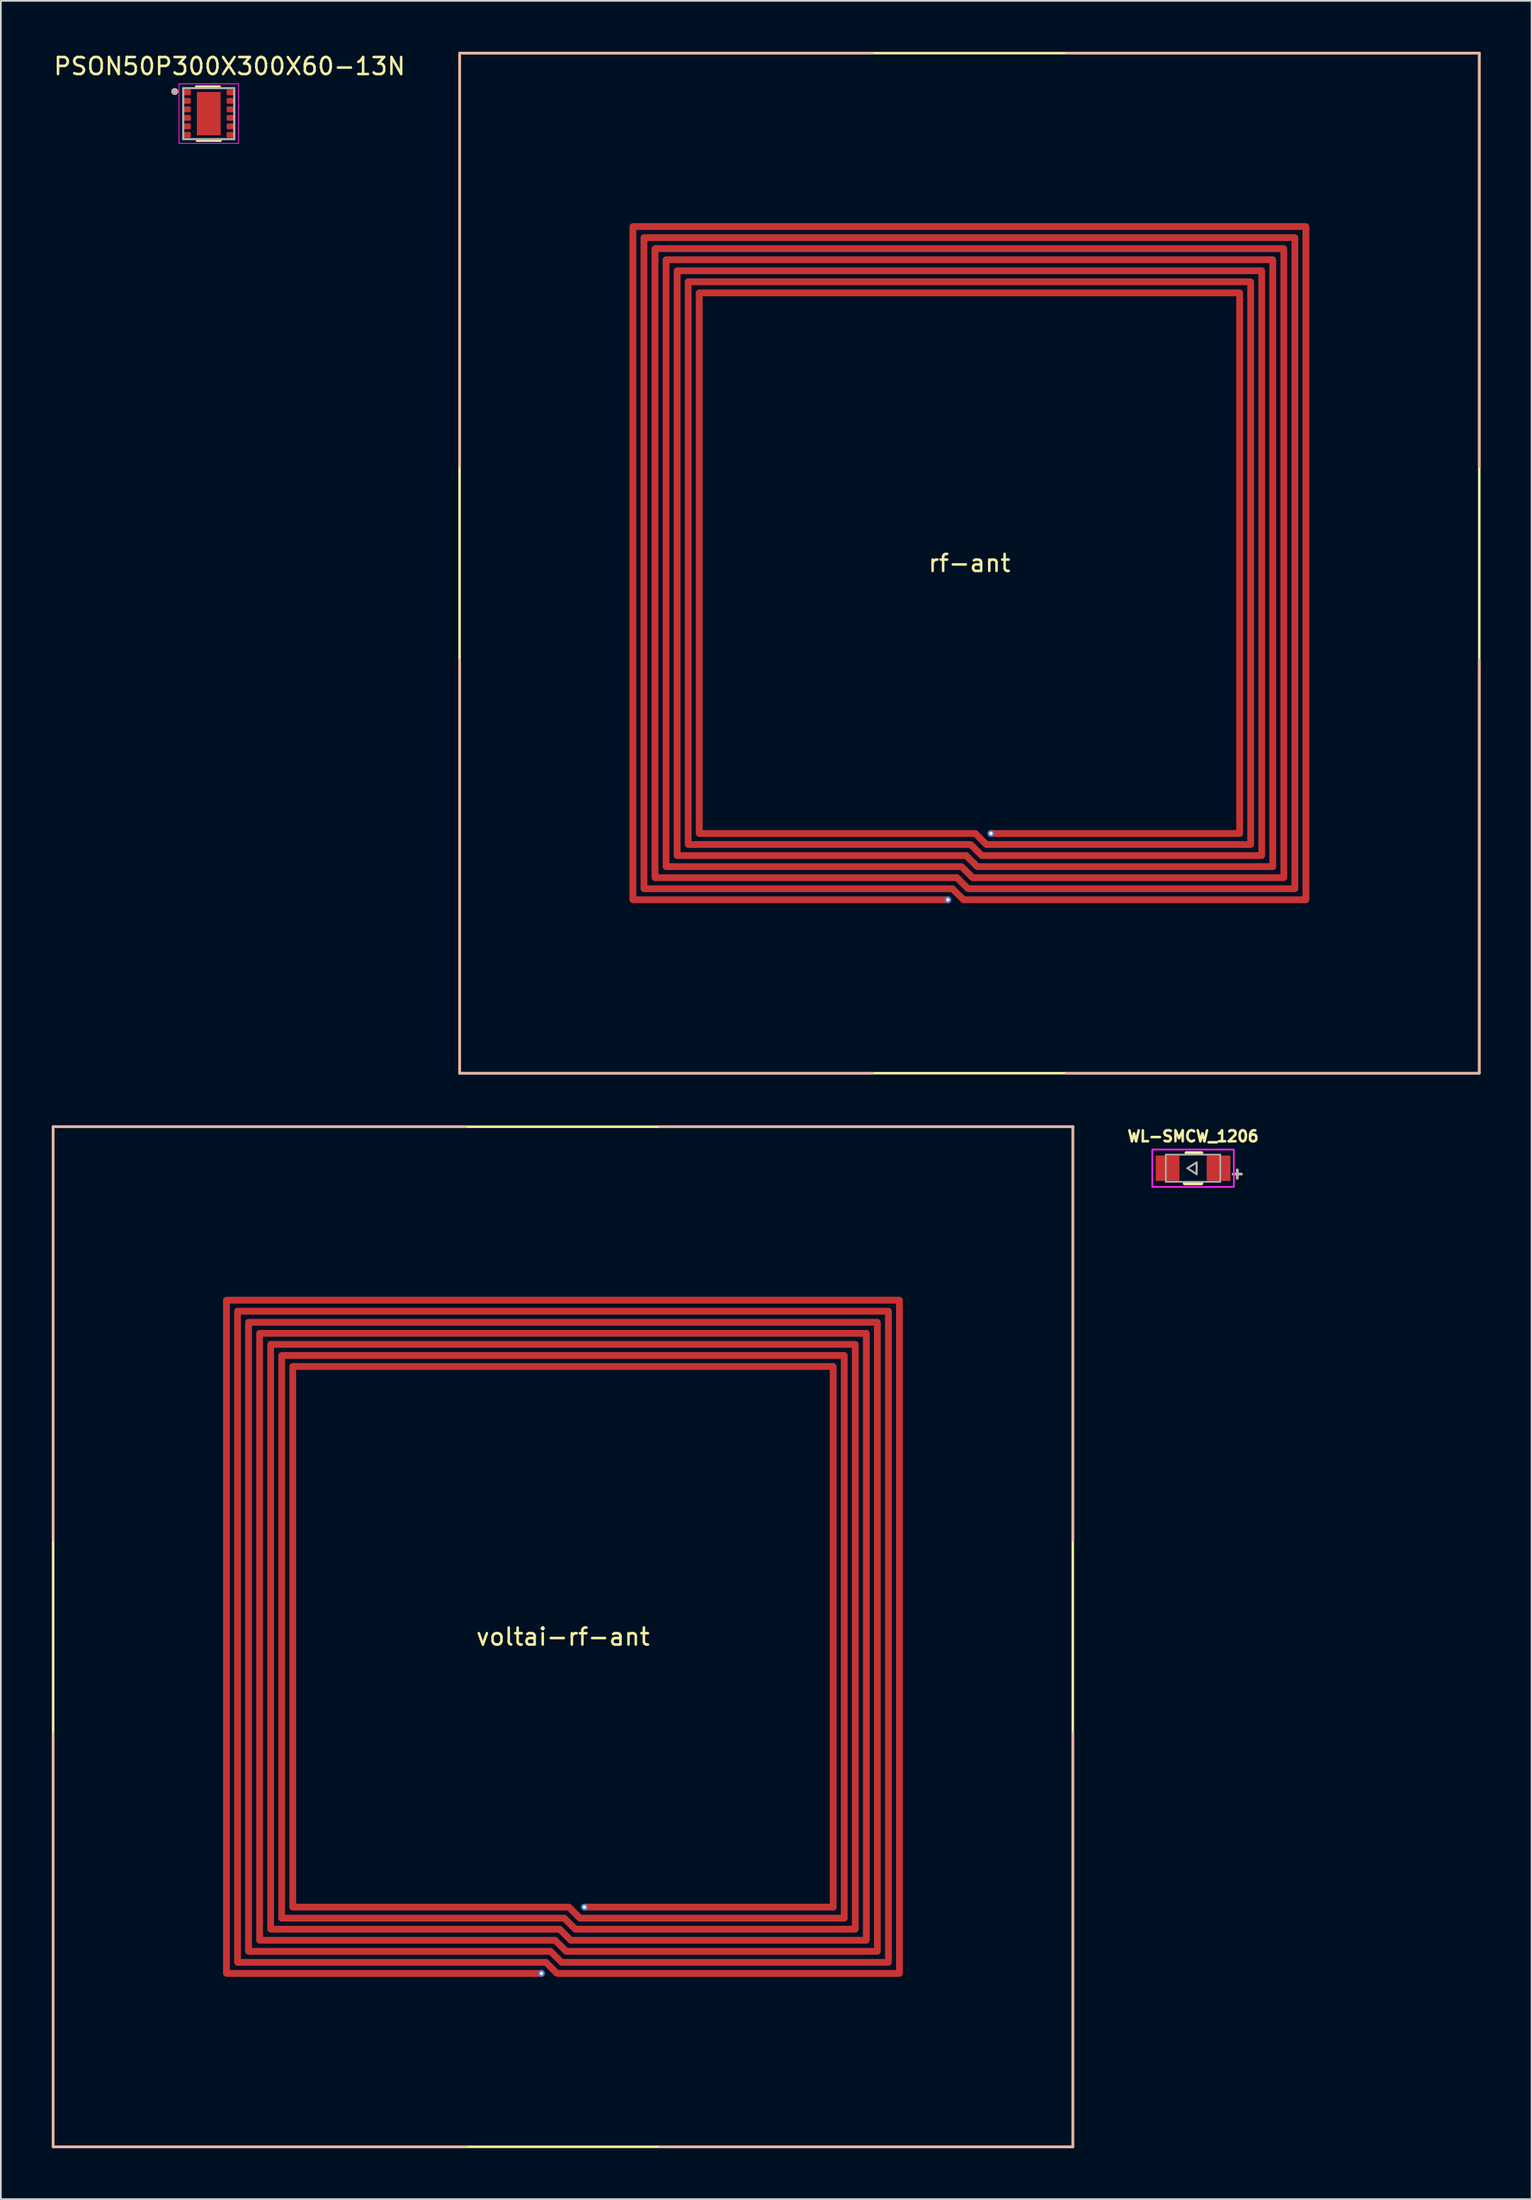
<source format=kicad_pcb>
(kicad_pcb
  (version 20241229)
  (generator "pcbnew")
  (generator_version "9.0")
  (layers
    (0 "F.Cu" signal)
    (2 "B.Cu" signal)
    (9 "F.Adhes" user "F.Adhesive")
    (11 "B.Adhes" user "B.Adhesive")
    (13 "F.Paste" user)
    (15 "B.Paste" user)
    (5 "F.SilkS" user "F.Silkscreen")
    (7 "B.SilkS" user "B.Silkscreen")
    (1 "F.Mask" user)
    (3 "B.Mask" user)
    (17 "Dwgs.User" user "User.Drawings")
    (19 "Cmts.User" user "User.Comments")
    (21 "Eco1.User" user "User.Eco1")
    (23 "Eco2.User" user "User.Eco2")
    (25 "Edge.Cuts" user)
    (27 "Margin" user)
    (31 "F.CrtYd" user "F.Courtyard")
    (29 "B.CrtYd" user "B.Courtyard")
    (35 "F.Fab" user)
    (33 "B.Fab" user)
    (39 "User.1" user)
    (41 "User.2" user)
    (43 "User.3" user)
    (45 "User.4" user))
  (footprint "WL-SMCW_1206"
    (layer "F.Cu")
    (at 67.151 65.664)
    (property "Reference" "WL-SMCW_1206" (at 0 -1.876 0) (layer "F.SilkS") (effects (font (size 0.64 0.64) (thickness 0.15))))
    (attr smd)
    (fp_line (start -0.5 0.9) (end 0.5 0.9) (stroke (width 0.2) (type solid)) (layer "F.SilkS"))
    (fp_line (start -0.4 -0.9) (end 0.5 -0.9) (stroke (width 0.2) (type solid)) (layer "F.SilkS"))
    (fp_line (start -0.33 0) (end 0.21 -0.34) (stroke (width 0.1) (type solid)) (layer "F.SilkS"))
    (fp_line (start 0.21 -0.34) (end 0.21 0.35) (stroke (width 0.1) (type solid)) (layer "F.SilkS"))
    (fp_line (start 0.21 0.35) (end -0.33 0) (stroke (width 0.1) (type solid)) (layer "F.SilkS"))
    (fp_poly (pts (xy -2.4 -1.1) (xy 2.4 -1.1) (xy 2.4 1.1) (xy -2.4 1.1)) (stroke (width 0.1) (type solid)) (fill no) (layer "F.CrtYd"))
    (fp_line (start -1.6 0.8) (end -1.6 -0.8) (stroke (width 0.1) (type solid)) (layer "F.Fab"))
    (fp_line (start -1.6 0.8) (end 1.6 0.8) (stroke (width 0.1) (type solid)) (layer "F.Fab"))
    (fp_line (start -0.33 0) (end 0.21 -0.34) (stroke (width 0.1) (type solid)) (layer "F.Fab"))
    (fp_line (start 0.21 -0.34) (end 0.21 0.35) (stroke (width 0.1) (type solid)) (layer "F.Fab"))
    (fp_line (start 0.21 0.35) (end -0.33 0) (stroke (width 0.1) (type solid)) (layer "F.Fab"))
    (fp_line (start 1.6 -0.8) (end -1.6 -0.8) (stroke (width 0.1) (type solid)) (layer "F.Fab"))
    (fp_line (start 1.6 -0.8) (end 1.6 0.8) (stroke (width 0.1) (type solid)) (layer "F.Fab"))
    (fp_text user "+" (at 2.6 0.3 0) (layer "F.SilkS") (effects (font (size 0.64 0.64) (thickness 0.15))))
    (fp_text user "+" (at 2.6 0.3 0) (layer "F.Fab") (effects (font (size 0.64 0.64) (thickness 0.15))))
    (pad "1" smd rect (at -1.5 0) (size 1.4 1.5) (layers "F.Cu" "F.Mask" "F.Paste"))
    (pad "2" smd rect (at 1.5 0) (size 1.4 1.5) (layers "F.Cu" "F.Mask" "F.Paste")))
  (footprint "rf-ant"
    (layer "F.Cu")
    (at 33.992 10.075)
    (property "Reference" "rf-ant" (at 20 20 0) (layer "F.SilkS") (effects (font (size 1 1) (thickness 0.15))))
    (attr through_hole)
    (fp_line (start -10 -10) (end 50 -10) (stroke (width 0.15) (type solid)) (layer "F.SilkS"))
    (fp_line (start -10 50) (end -10 -10) (stroke (width 0.15) (type solid)) (layer "F.SilkS"))
    (fp_line (start 50 -10) (end 50 50) (stroke (width 0.15) (type solid)) (layer "F.SilkS"))
    (fp_line (start 50 50) (end -10 50) (stroke (width 0.15) (type solid)) (layer "F.SilkS"))
    (fp_line (start -10 -10) (end -10 14.3) (stroke (width 0.15) (type solid)) (layer "B.SilkS"))
    (fp_line (start -10 -10) (end 14.3 -10) (stroke (width 0.15) (type solid)) (layer "B.SilkS"))
    (fp_line (start -10 50) (end -10 25.7) (stroke (width 0.15) (type solid)) (layer "B.SilkS"))
    (fp_line (start -10 50) (end 14.3 50) (stroke (width 0.15) (type solid)) (layer "B.SilkS"))
    (fp_line (start 50 -10) (end 25.7 -10) (stroke (width 0.15) (type solid)) (layer "B.SilkS"))
    (fp_line (start 50 -10) (end 50 14.3) (stroke (width 0.15) (type solid)) (layer "B.SilkS"))
    (fp_line (start 50 50) (end 25.7 50) (stroke (width 0.15) (type solid)) (layer "B.SilkS"))
    (fp_line (start 50 50) (end 50 25.7) (stroke (width 0.15) (type solid)) (layer "B.SilkS"))
    (pad "1" thru_hole circle (at 18.733 39.8) (size 0.4 0.4) (drill 0.2) (layers "*.Cu" "*.Mask"))
    (pad "1" smd custom (at 18.733 39.8) (size 0.4 0.4) (layers "F.Cu") (options (anchor circle)) (primitives (gr_line (start 0 0) (end -18.533 0) (width 0.4)) (gr_line (start -18.533 0) (end -18.533 -39.6) (width 0.4)) (gr_line (start -18.533 -39.6) (end 21.067 -39.6) (width 0.4)) (gr_line (start 21.067 -39.6) (end 21.067 0) (width 0.4)) (gr_line (start 21.067 0) (end 0.919 0) (width 0.4)) (gr_line (start 0.919 0) (end 0.269 -0.65) (width 0.4)) (gr_line (start 0.269 -0.65) (end -17.883 -0.65) (width 0.4)) (gr_line (start -17.883 -0.65) (end -17.883 -38.95) (width 0.4)) (gr_line (start -17.883 -38.95) (end 20.417 -38.95) (width 0.4)) (gr_line (start 20.417 -38.95) (end 20.417 -0.65) (width 0.4)) (gr_line (start 20.417 -0.65) (end 1.188 -0.65) (width 0.4)) (gr_line (start 1.188 -0.65) (end 0.538 -1.3) (width 0.4)) (gr_line (start 0.538 -1.3) (end -17.233 -1.3) (width 0.4)) (gr_line (start -17.233 -1.3) (end -17.233 -38.3) (width 0.4)) (gr_line (start -17.233 -38.3) (end 19.767 -38.3) (width 0.4)) (gr_line (start 19.767 -38.3) (end 19.767 -1.3) (width 0.4)) (gr_line (start 19.767 -1.3) (end 1.458 -1.3) (width 0.4)) (gr_line (start 1.458 -1.3) (end 0.808 -1.95) (width 0.4)) (gr_line (start 0.808 -1.95) (end -16.583 -1.95) (width 0.4)) (gr_line (start -16.583 -1.95) (end -16.583 -37.65) (width 0.4)) (gr_line (start -16.583 -37.65) (end 19.117 -37.65) (width 0.4)) (gr_line (start 19.117 -37.65) (end 19.117 -1.95) (width 0.4)) (gr_line (start 19.117 -1.95) (end 1.727 -1.95) (width 0.4)) (gr_line (start 1.727 -1.95) (end 1.077 -2.6) (width 0.4)) (gr_line (start 1.077 -2.6) (end -15.933 -2.6) (width 0.4)) (gr_line (start -15.933 -2.6) (end -15.933 -37) (width 0.4)) (gr_line (start -15.933 -37) (end 18.467 -37) (width 0.4)) (gr_line (start 18.467 -37) (end 18.467 -2.6) (width 0.4)) (gr_line (start 18.467 -2.6) (end 1.996 -2.6) (width 0.4)) (gr_line (start 1.996 -2.6) (end 1.346 -3.25) (width 0.4)) (gr_line (start 1.346 -3.25) (end -15.283 -3.25) (width 0.4)) (gr_line (start -15.283 -3.25) (end -15.283 -36.35) (width 0.4)) (gr_line (start -15.283 -36.35) (end 17.817 -36.35) (width 0.4)) (gr_line (start 17.817 -36.35) (end 17.817 -3.25) (width 0.4)) (gr_line (start 17.817 -3.25) (end 2.265 -3.25) (width 0.4)) (gr_line (start 2.265 -3.25) (end 1.615 -3.9) (width 0.4)) (gr_line (start 1.615 -3.9) (end -14.633 -3.9) (width 0.4)) (gr_line (start -14.633 -3.9) (end -14.633 -35.7) (width 0.4)) (gr_line (start -14.633 -35.7) (end 17.167 -35.7) (width 0.4)) (gr_line (start 17.167 -35.7) (end 17.167 -3.9) (width 0.4))))
    (pad "2" thru_hole circle (at 21.267 35.9) (size 0.4 0.4) (drill 0.2) (layers "*.Cu" "*.Mask"))
    (pad "2" smd custom (at 21.267 35.9) (size 0.4 0.4) (layers "F.Cu") (options (anchor circle)) (primitives (gr_line (start 0 0) (end 14.633 0) (width 0.4)))))
  (footprint "voltai-rf-ant"
    (layer "F.Cu")
    (at 10.075 73.225)
    (property "Reference" "voltai-rf-ant" (at 20 20 0) (layer "F.SilkS") (effects (font (size 1 1) (thickness 0.15))))
    (attr through_hole)
    (fp_line (start -10 -10) (end 50 -10) (stroke (width 0.15) (type solid)) (layer "F.SilkS"))
    (fp_line (start -10 50) (end -10 -10) (stroke (width 0.15) (type solid)) (layer "F.SilkS"))
    (fp_line (start 50 -10) (end 50 50) (stroke (width 0.15) (type solid)) (layer "F.SilkS"))
    (fp_line (start 50 50) (end -10 50) (stroke (width 0.15) (type solid)) (layer "F.SilkS"))
    (fp_line (start -10 -10) (end -10 14.3) (stroke (width 0.15) (type solid)) (layer "B.SilkS"))
    (fp_line (start -10 -10) (end 14.3 -10) (stroke (width 0.15) (type solid)) (layer "B.SilkS"))
    (fp_line (start -10 50) (end -10 25.7) (stroke (width 0.15) (type solid)) (layer "B.SilkS"))
    (fp_line (start -10 50) (end 14.3 50) (stroke (width 0.15) (type solid)) (layer "B.SilkS"))
    (fp_line (start 50 -10) (end 25.7 -10) (stroke (width 0.15) (type solid)) (layer "B.SilkS"))
    (fp_line (start 50 -10) (end 50 14.3) (stroke (width 0.15) (type solid)) (layer "B.SilkS"))
    (fp_line (start 50 50) (end 25.7 50) (stroke (width 0.15) (type solid)) (layer "B.SilkS"))
    (fp_line (start 50 50) (end 50 25.7) (stroke (width 0.15) (type solid)) (layer "B.SilkS"))
    (pad "1" thru_hole circle (at 18.733 39.8) (size 0.4 0.4) (drill 0.2) (layers "*.Cu" "*.Mask"))
    (pad "1" smd custom (at 18.733 39.8) (size 0.4 0.4) (layers "F.Cu") (options (anchor circle)) (primitives (gr_line (start 0 0) (end -18.533 0) (width 0.4)) (gr_line (start -18.533 0) (end -18.533 -39.6) (width 0.4)) (gr_line (start -18.533 -39.6) (end 21.067 -39.6) (width 0.4)) (gr_line (start 21.067 -39.6) (end 21.067 0) (width 0.4)) (gr_line (start 21.067 0) (end 0.919 0) (width 0.4)) (gr_line (start 0.919 0) (end 0.269 -0.65) (width 0.4)) (gr_line (start 0.269 -0.65) (end -17.883 -0.65) (width 0.4)) (gr_line (start -17.883 -0.65) (end -17.883 -38.95) (width 0.4)) (gr_line (start -17.883 -38.95) (end 20.417 -38.95) (width 0.4)) (gr_line (start 20.417 -38.95) (end 20.417 -0.65) (width 0.4)) (gr_line (start 20.417 -0.65) (end 1.188 -0.65) (width 0.4)) (gr_line (start 1.188 -0.65) (end 0.538 -1.3) (width 0.4)) (gr_line (start 0.538 -1.3) (end -17.233 -1.3) (width 0.4)) (gr_line (start -17.233 -1.3) (end -17.233 -38.3) (width 0.4)) (gr_line (start -17.233 -38.3) (end 19.767 -38.3) (width 0.4)) (gr_line (start 19.767 -38.3) (end 19.767 -1.3) (width 0.4)) (gr_line (start 19.767 -1.3) (end 1.458 -1.3) (width 0.4)) (gr_line (start 1.458 -1.3) (end 0.808 -1.95) (width 0.4)) (gr_line (start 0.808 -1.95) (end -16.583 -1.95) (width 0.4)) (gr_line (start -16.583 -1.95) (end -16.583 -37.65) (width 0.4)) (gr_line (start -16.583 -37.65) (end 19.117 -37.65) (width 0.4)) (gr_line (start 19.117 -37.65) (end 19.117 -1.95) (width 0.4)) (gr_line (start 19.117 -1.95) (end 1.727 -1.95) (width 0.4)) (gr_line (start 1.727 -1.95) (end 1.077 -2.6) (width 0.4)) (gr_line (start 1.077 -2.6) (end -15.933 -2.6) (width 0.4)) (gr_line (start -15.933 -2.6) (end -15.933 -37) (width 0.4)) (gr_line (start -15.933 -37) (end 18.467 -37) (width 0.4)) (gr_line (start 18.467 -37) (end 18.467 -2.6) (width 0.4)) (gr_line (start 18.467 -2.6) (end 1.996 -2.6) (width 0.4)) (gr_line (start 1.996 -2.6) (end 1.346 -3.25) (width 0.4)) (gr_line (start 1.346 -3.25) (end -15.283 -3.25) (width 0.4)) (gr_line (start -15.283 -3.25) (end -15.283 -36.35) (width 0.4)) (gr_line (start -15.283 -36.35) (end 17.817 -36.35) (width 0.4)) (gr_line (start 17.817 -36.35) (end 17.817 -3.25) (width 0.4)) (gr_line (start 17.817 -3.25) (end 2.265 -3.25) (width 0.4)) (gr_line (start 2.265 -3.25) (end 1.615 -3.9) (width 0.4)) (gr_line (start 1.615 -3.9) (end -14.633 -3.9) (width 0.4)) (gr_line (start -14.633 -3.9) (end -14.633 -35.7) (width 0.4)) (gr_line (start -14.633 -35.7) (end 17.167 -35.7) (width 0.4)) (gr_line (start 17.167 -35.7) (end 17.167 -3.9) (width 0.4))))
    (pad "2" thru_hole circle (at 21.267 35.9) (size 0.4 0.4) (drill 0.2) (layers "*.Cu" "*.Mask"))
    (pad "2" smd custom (at 21.267 35.9) (size 0.4 0.4) (layers "F.Cu") (options (anchor circle)) (primitives (gr_line (start 0 0) (end 14.633 0) (width 0.4)))))
  (footprint "PSON50P300X300X60-13N"
    (layer "F.Cu")
    (at 9.233 3.633)
    (property "Reference" "PSON50P300X300X60-13N" (at 1.225 -2.785 0) (layer "F.SilkS") (effects (font (size 1 1) (thickness 0.15))))
    (attr smd)
    (fp_line (start -0.75 -1.6) (end 0.65 -1.6) (stroke (width 0.127) (type solid)) (layer "F.SilkS"))
    (fp_line (start 0.7 1.6) (end -0.7 1.6) (stroke (width 0.127) (type solid)) (layer "F.SilkS"))
    (fp_circle (center -2 -1.3) (end -1.9 -1.3) (stroke (width 0.2) (type solid)) (fill no) (layer "F.SilkS"))
    (fp_poly (pts (xy -0.44 -1.105) (xy 0.44 -1.105) (xy 0.44 -0.085) (xy -0.44 -0.085)) (stroke (width 0.01) (type solid)) (fill yes) (layer "F.Paste"))
    (fp_poly (pts (xy -0.44 0.085) (xy 0.44 0.085) (xy 0.44 1.105) (xy -0.44 1.105)) (stroke (width 0.01) (type solid)) (fill yes) (layer "F.Paste"))
    (fp_line (start -1.75 -1.75) (end 1.75 -1.75) (stroke (width 0.05) (type solid)) (layer "F.CrtYd"))
    (fp_line (start -1.75 1.75) (end -1.75 -1.75) (stroke (width 0.05) (type solid)) (layer "F.CrtYd"))
    (fp_line (start 1.75 -1.75) (end 1.75 1.75) (stroke (width 0.05) (type solid)) (layer "F.CrtYd"))
    (fp_line (start 1.75 1.75) (end -1.75 1.75) (stroke (width 0.05) (type solid)) (layer "F.CrtYd"))
    (fp_line (start -1.5 -1.5) (end 1.5 -1.5) (stroke (width 0.127) (type solid)) (layer "F.Fab"))
    (fp_line (start -1.5 1.5) (end -1.5 -1.5) (stroke (width 0.127) (type solid)) (layer "F.Fab"))
    (fp_line (start 1.5 -1.5) (end 1.5 1.5) (stroke (width 0.127) (type solid)) (layer "F.Fab"))
    (fp_line (start 1.5 1.5) (end -1.5 1.5) (stroke (width 0.127) (type solid)) (layer "F.Fab"))
    (fp_circle (center -2 -1.3) (end -1.9 -1.3) (stroke (width 0.2) (type solid)) (fill no) (layer "F.Fab"))
    (pad "1" smd roundrect (at -1.26 -1.25) (size 0.42 0.35) (layers "F.Cu" "F.Mask" "F.Paste") (roundrect_rratio 0.25))
    (pad "2" smd roundrect (at -1.26 -0.75) (size 0.42 0.35) (layers "F.Cu" "F.Mask" "F.Paste") (roundrect_rratio 0.25))
    (pad "3" smd roundrect (at -1.26 -0.25) (size 0.42 0.35) (layers "F.Cu" "F.Mask" "F.Paste") (roundrect_rratio 0.25))
    (pad "4" smd roundrect (at -1.26 0.25) (size 0.42 0.35) (layers "F.Cu" "F.Mask" "F.Paste") (roundrect_rratio 0.25))
    (pad "5" smd roundrect (at -1.26 0.75) (size 0.42 0.35) (layers "F.Cu" "F.Mask" "F.Paste") (roundrect_rratio 0.25))
    (pad "6" smd roundrect (at -1.26 1.25) (size 0.42 0.35) (layers "F.Cu" "F.Mask" "F.Paste") (roundrect_rratio 0.25))
    (pad "7" smd roundrect (at 1.26 1.25) (size 0.42 0.35) (layers "F.Cu" "F.Mask" "F.Paste") (roundrect_rratio 0.25))
    (pad "8" smd roundrect (at 1.26 0.75) (size 0.42 0.35) (layers "F.Cu" "F.Mask" "F.Paste") (roundrect_rratio 0.25))
    (pad "9" smd roundrect (at 1.26 0.25) (size 0.42 0.35) (layers "F.Cu" "F.Mask" "F.Paste") (roundrect_rratio 0.25))
    (pad "10" smd roundrect (at 1.26 -0.25) (size 0.42 0.35) (layers "F.Cu" "F.Mask" "F.Paste") (roundrect_rratio 0.25))
    (pad "11" smd roundrect (at 1.26 -0.75) (size 0.42 0.35) (layers "F.Cu" "F.Mask" "F.Paste") (roundrect_rratio 0.25))
    (pad "12" smd roundrect (at 1.26 -1.25) (size 0.42 0.35) (layers "F.Cu" "F.Mask" "F.Paste") (roundrect_rratio 0.25))
    (pad "13" smd rect (at 0 0) (size 1.4 2.55) (layers "F.Cu" "F.Mask")))
  (gr_rect
    (start -3 -3)
    (end 87.067 126.3)
    (stroke (width 0.1) (type default))
    (fill no)
    (layer "Edge.Cuts")))
</source>
